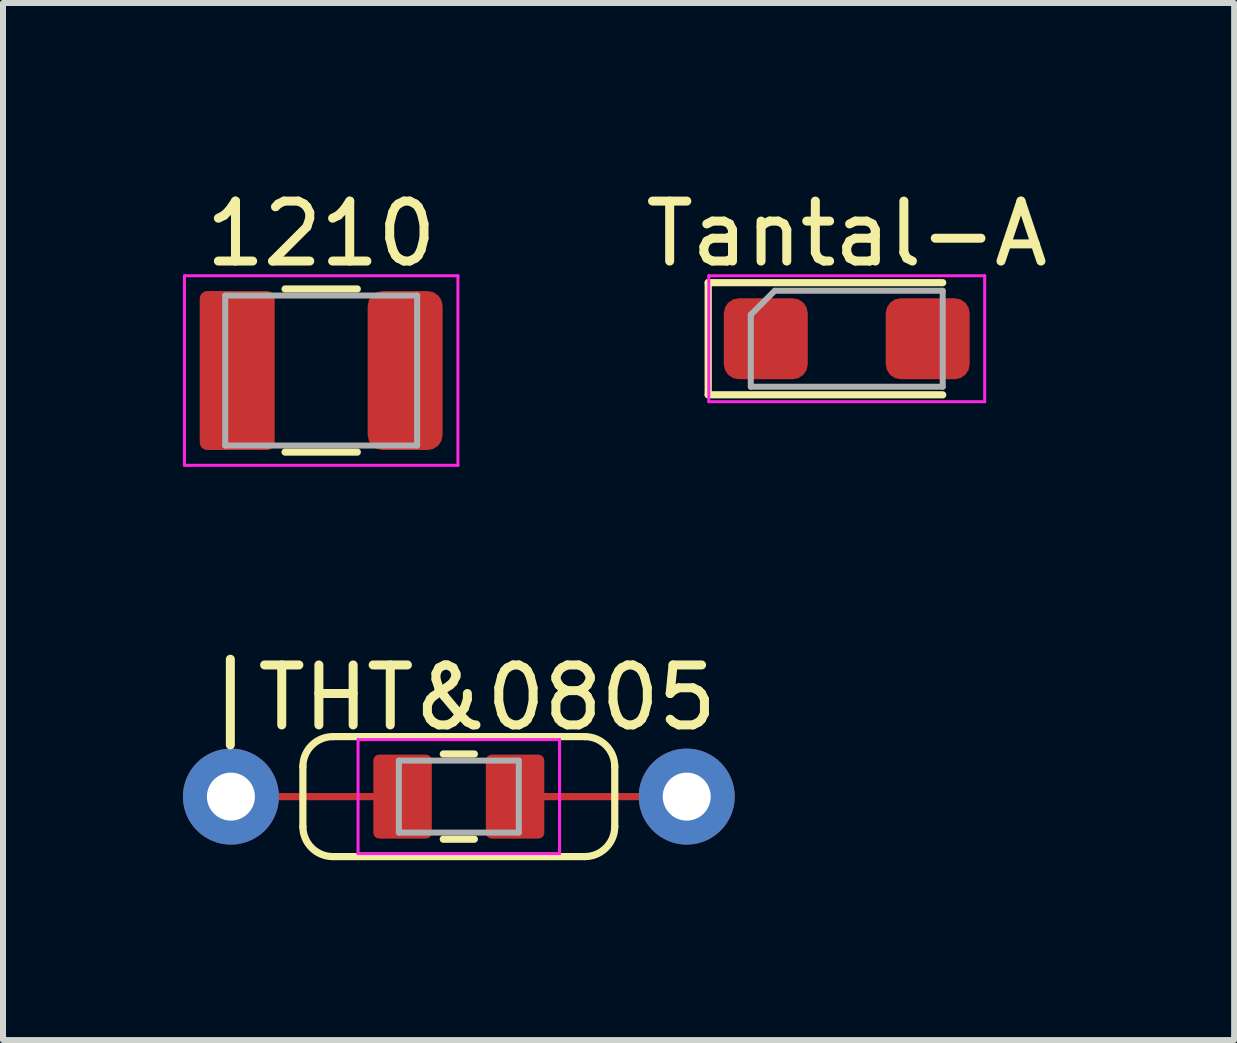
<source format=kicad_pcb>
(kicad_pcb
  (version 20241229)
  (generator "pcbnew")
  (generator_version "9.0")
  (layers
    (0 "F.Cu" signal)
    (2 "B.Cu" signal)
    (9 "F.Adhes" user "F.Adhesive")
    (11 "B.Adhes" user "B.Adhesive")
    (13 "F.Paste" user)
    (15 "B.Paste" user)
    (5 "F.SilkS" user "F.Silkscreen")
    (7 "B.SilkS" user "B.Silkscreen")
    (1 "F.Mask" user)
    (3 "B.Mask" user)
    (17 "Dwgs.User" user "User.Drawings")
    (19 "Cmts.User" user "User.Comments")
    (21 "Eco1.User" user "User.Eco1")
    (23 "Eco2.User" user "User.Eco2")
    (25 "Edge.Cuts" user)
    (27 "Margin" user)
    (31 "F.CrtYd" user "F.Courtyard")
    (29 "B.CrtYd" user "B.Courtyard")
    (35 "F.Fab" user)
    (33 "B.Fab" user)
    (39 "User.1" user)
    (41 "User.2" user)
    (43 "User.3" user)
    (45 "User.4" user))
  (footprint "Tantal-A"
    (layer "F.Cu")
    (at 11.068 2.598)
    (property "Reference" "Tantal-A" (at 0 -1.75 0) (layer "F.SilkS") (effects (font (size 1 1) (thickness 0.15))))
    (attr smd)
    (fp_line (start -2.31 -0.935) (end -2.31 0.935) (stroke (width 0.12) (type solid)) (layer "F.SilkS"))
    (fp_line (start -2.31 0.935) (end 1.6 0.935) (stroke (width 0.12) (type solid)) (layer "F.SilkS"))
    (fp_line (start 1.6 -0.935) (end -2.31 -0.935) (stroke (width 0.12) (type solid)) (layer "F.SilkS"))
    (fp_line (start -2.3 -1.05) (end 2.3 -1.05) (stroke (width 0.05) (type solid)) (layer "F.CrtYd"))
    (fp_line (start -2.3 1.05) (end -2.3 -1.05) (stroke (width 0.05) (type solid)) (layer "F.CrtYd"))
    (fp_line (start 2.3 -1.05) (end 2.3 1.05) (stroke (width 0.05) (type solid)) (layer "F.CrtYd"))
    (fp_line (start 2.3 1.05) (end -2.3 1.05) (stroke (width 0.05) (type solid)) (layer "F.CrtYd"))
    (fp_line (start -1.6 -0.4) (end -1.6 0.8) (stroke (width 0.1) (type solid)) (layer "F.Fab"))
    (fp_line (start -1.6 0.8) (end 1.6 0.8) (stroke (width 0.1) (type solid)) (layer "F.Fab"))
    (fp_line (start -1.2 -0.8) (end -1.6 -0.4) (stroke (width 0.1) (type solid)) (layer "F.Fab"))
    (fp_line (start 1.6 -0.8) (end -1.2 -0.8) (stroke (width 0.1) (type solid)) (layer "F.Fab"))
    (fp_line (start 1.6 0.8) (end 1.6 -0.8) (stroke (width 0.1) (type solid)) (layer "F.Fab"))
    (pad "1" smd roundrect (at -1.35 0) (size 1.4 1.35) (layers "F.Cu" "F.Mask" "F.Paste") (roundrect_rratio 0.185))
    (pad "2" smd roundrect (at 1.35 0) (size 1.4 1.35) (layers "F.Cu" "F.Mask" "F.Paste") (roundrect_rratio 0.185)))
  (footprint "|THT&0805"
    (layer "F.Cu")
    (at 4.6 10.232)
    (property "Reference" "|THT&0805" (at 0 -1.65 0) (layer "F.SilkS") (effects (font (size 1 1) (thickness 0.15))))
    (attr smd)
    (fp_line (start -0.9 0) (end -3.8 0) (stroke (width 0.12) (type solid)) (layer "F.Cu"))
    (fp_line (start 1 0) (end 3.8 0) (stroke (width 0.12) (type solid)) (layer "F.Cu"))
    (fp_line (start -2.6 0.5) (end -2.6 -0.5) (stroke (width 0.12) (type solid)) (layer "F.SilkS"))
    (fp_line (start -2.1 1) (end 2.1 1) (stroke (width 0.12) (type solid)) (layer "F.SilkS"))
    (fp_line (start -0.259 -0.71) (end 0.259 -0.71) (stroke (width 0.12) (type solid)) (layer "F.SilkS"))
    (fp_line (start -0.259 0.71) (end 0.259 0.71) (stroke (width 0.12) (type solid)) (layer "F.SilkS"))
    (fp_line (start 2.1 -1) (end -2.1 -1) (stroke (width 0.12) (type solid)) (layer "F.SilkS"))
    (fp_line (start 2.6 0.5) (end 2.6 -0.5) (stroke (width 0.12) (type solid)) (layer "F.SilkS"))
    (fp_arc (start -2.6 -0.5) (mid -2.453553 -0.853553) (end -2.1 -1) (stroke (width 0.12) (type solid)) (layer "F.SilkS"))
    (fp_arc (start -2.1 1) (mid -2.453553 0.853553) (end -2.6 0.5) (stroke (width 0.12) (type solid)) (layer "F.SilkS"))
    (fp_arc (start 2.1 -1) (mid 2.453553 -0.853553) (end 2.6 -0.5) (stroke (width 0.12) (type solid)) (layer "F.SilkS"))
    (fp_arc (start 2.6 0.5) (mid 2.453553 0.853553) (end 2.1 1) (stroke (width 0.12) (type solid)) (layer "F.SilkS"))
    (fp_line (start -1.68 -0.95) (end 1.68 -0.95) (stroke (width 0.05) (type solid)) (layer "F.CrtYd"))
    (fp_line (start -1.68 0.95) (end -1.68 -0.95) (stroke (width 0.05) (type solid)) (layer "F.CrtYd"))
    (fp_line (start 1.68 -0.95) (end 1.68 0.95) (stroke (width 0.05) (type solid)) (layer "F.CrtYd"))
    (fp_line (start 1.68 0.95) (end -1.68 0.95) (stroke (width 0.05) (type solid)) (layer "F.CrtYd"))
    (fp_line (start -1 -0.6) (end 1 -0.6) (stroke (width 0.1) (type solid)) (layer "F.Fab"))
    (fp_line (start -1 0.6) (end -1 -0.6) (stroke (width 0.1) (type solid)) (layer "F.Fab"))
    (fp_line (start 1 -0.6) (end 1 0.6) (stroke (width 0.1) (type solid)) (layer "F.Fab"))
    (fp_line (start 1 0.6) (end -1 0.6) (stroke (width 0.1) (type solid)) (layer "F.Fab"))
    (pad "1" thru_hole circle (at -3.8 0) (size 1.6 1.6) (drill 0.8) (layers "*.Cu" "*.Mask"))
    (pad "1" smd roundrect (at -0.938 0) (size 0.975 1.4) (layers "F.Cu" "F.Mask" "F.Paste") (roundrect_rratio 0.1))
    (pad "2" smd roundrect (at 0.938 0) (size 0.975 1.4) (layers "F.Cu" "F.Mask" "F.Paste") (roundrect_rratio 0.1))
    (pad "2" thru_hole oval (at 3.8 0) (size 1.6 1.6) (drill 0.8) (layers "*.Cu" "*.Mask")))
  (footprint "1210"
    (layer "F.Cu")
    (at 2.305 3.128)
    (property "Reference" "1210" (at 0 -2.28 0) (layer "F.SilkS") (effects (font (size 1 1) (thickness 0.15))))
    (attr smd)
    (fp_line (start -0.602 -1.36) (end 0.602 -1.36) (stroke (width 0.12) (type solid)) (layer "F.SilkS"))
    (fp_line (start -0.602 1.36) (end 0.602 1.36) (stroke (width 0.12) (type solid)) (layer "F.SilkS"))
    (fp_line (start -2.28 -1.58) (end 2.28 -1.58) (stroke (width 0.05) (type solid)) (layer "F.CrtYd"))
    (fp_line (start -2.28 1.58) (end -2.28 -1.58) (stroke (width 0.05) (type solid)) (layer "F.CrtYd"))
    (fp_line (start 2.28 -1.58) (end 2.28 1.58) (stroke (width 0.05) (type solid)) (layer "F.CrtYd"))
    (fp_line (start 2.28 1.58) (end -2.28 1.58) (stroke (width 0.05) (type solid)) (layer "F.CrtYd"))
    (fp_line (start -1.6 -1.25) (end 1.6 -1.25) (stroke (width 0.1) (type solid)) (layer "F.Fab"))
    (fp_line (start -1.6 1.25) (end -1.6 -1.25) (stroke (width 0.1) (type solid)) (layer "F.Fab"))
    (fp_line (start 1.6 -1.25) (end 1.6 1.25) (stroke (width 0.1) (type solid)) (layer "F.Fab"))
    (fp_line (start 1.6 1.25) (end -1.6 1.25) (stroke (width 0.1) (type solid)) (layer "F.Fab"))
    (pad "1" smd roundrect (at -1.4 0) (size 1.25 2.65) (layers "F.Cu" "F.Mask" "F.Paste") (roundrect_rratio 0.1))
    (pad "2" smd roundrect (at 1.4 0) (size 1.25 2.65) (layers "F.Cu" "F.Mask" "F.Paste") (roundrect_rratio 0.2)))
  (gr_rect
    (start -3 -3)
    (end 17.527 14.291)
    (stroke (width 0.1) (type default))
    (fill no)
    (layer "Edge.Cuts")))
</source>
